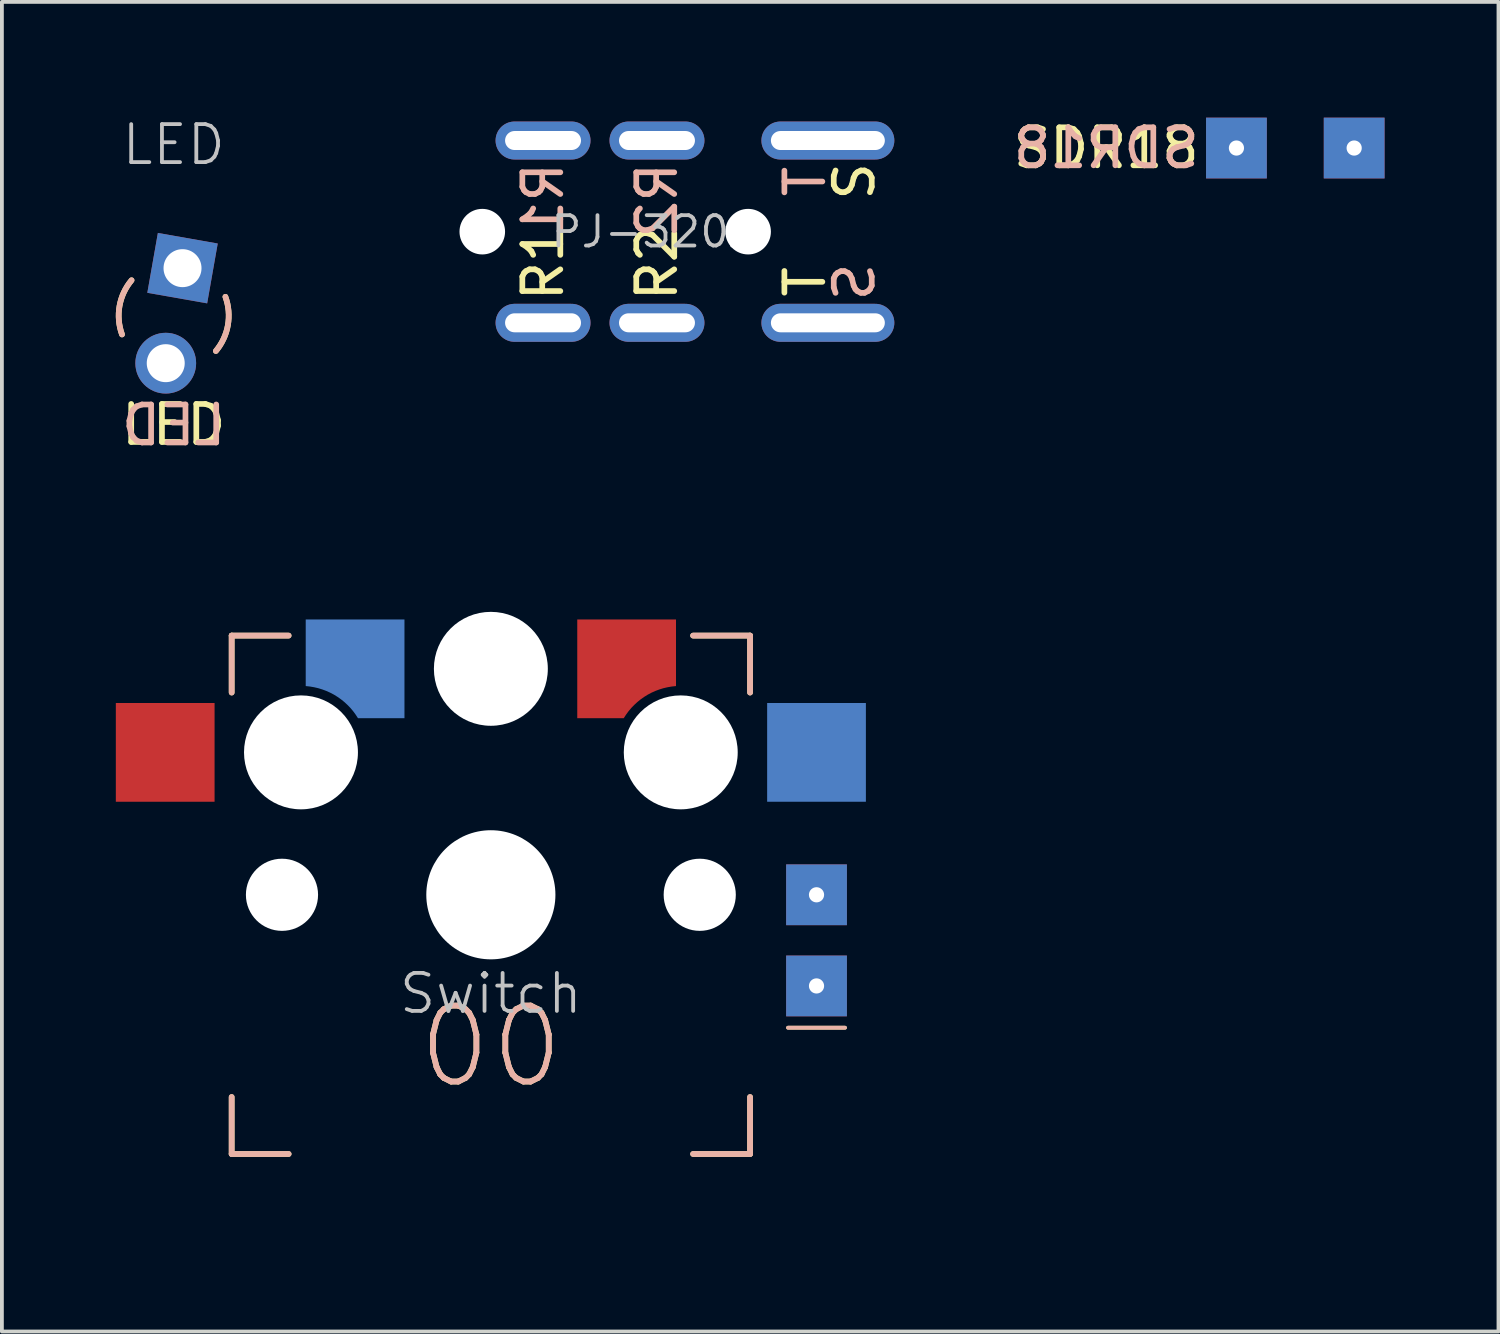
<source format=kicad_pcb>
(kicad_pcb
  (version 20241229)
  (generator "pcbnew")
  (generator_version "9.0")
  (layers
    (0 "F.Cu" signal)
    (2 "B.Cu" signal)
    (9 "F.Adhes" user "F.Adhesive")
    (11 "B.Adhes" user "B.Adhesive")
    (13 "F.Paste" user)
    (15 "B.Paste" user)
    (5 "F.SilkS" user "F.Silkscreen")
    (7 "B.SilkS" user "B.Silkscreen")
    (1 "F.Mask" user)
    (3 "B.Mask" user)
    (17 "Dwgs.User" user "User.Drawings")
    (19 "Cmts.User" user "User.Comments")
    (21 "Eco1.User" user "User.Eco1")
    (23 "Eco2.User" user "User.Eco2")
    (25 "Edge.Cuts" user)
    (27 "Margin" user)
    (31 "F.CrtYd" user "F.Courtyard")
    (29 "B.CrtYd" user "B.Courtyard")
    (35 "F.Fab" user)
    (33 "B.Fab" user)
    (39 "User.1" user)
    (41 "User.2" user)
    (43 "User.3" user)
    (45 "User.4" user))
  (footprint "LED"
    (layer "F.Cu")
    (at 1.524 5.261)
    (property "Reference" "LED" (at 0 -4.5 0) (unlocked yes) (layer "Dwgs.User") (effects (font (size 1 1) (thickness 0.1))))
    (property "Value" "LED" (at 0 -3 0) (unlocked yes) (layer "Dwgs.User") (hide yes) (effects (font (size 1 1) (thickness 0.1))))
    (attr through_hole)
    (fp_arc (start -1.361614 0.495587) (mid -1.426986 -0.251616) (end -1.109998 -0.931399) (stroke (width 0.15) (type default)) (layer "F.SilkS"))
    (fp_arc (start 1.361615 -0.495587) (mid 1.426987 0.251616) (end 1.109999 0.931399) (stroke (width 0.15) (type default)) (layer "F.SilkS"))
    (fp_arc (start -1.361615 0.495587) (mid -1.426987 -0.251616) (end -1.109999 -0.931399) (stroke (width 0.15) (type default)) (layer "B.SilkS"))
    (fp_arc (start 1.361614 -0.495587) (mid 1.426986 0.251616) (end 1.109998 0.931399) (stroke (width 0.15) (type default)) (layer "B.SilkS"))
    (fp_circle (center 0 0) (end 1.501 0.265) (stroke (width 0.001) (type default)) (fill no) (layer "Dwgs.User"))
    (fp_text user "${VALUE}" (at 0 2.286 0) (unlocked yes) (layer "F.SilkS") (effects (font (size 1 1) (thickness 0.15)) (justify top)))
    (fp_text user "${VALUE}" (at 0 2.3 0) (unlocked yes) (layer "B.SilkS") (effects (font (size 1 1) (thickness 0.15)) (justify top mirror)))
    (pad "1" thru_hole rect (at 0.232 -1.25 260) (size 1.6 1.6) (drill 1) (layers "*.Cu" "*.Mask"))
    (pad "2" thru_hole circle (at -0.21 1.252 260) (size 1.6 1.6) (drill 1) (layers "*.Cu" "*.Mask")))
  (footprint "PJ-320A"
    (layer "F.Cu")
    (at 14.149 3.05)
    (property "Reference" "PJ-320A" (at 0 0 0) (unlocked yes) (layer "Dwgs.User") (effects (font (size 0.8 0.8) (thickness 0.1))))
    (attr through_hole)
    (fp_rect (start -8.1 -3.05) (end 6.1 3.05) (stroke (width 0.001) (type default)) (fill no) (layer "B.Fab"))
    (fp_rect (start 6.1 -3.05) (end -8.1 3.05) (stroke (width 0.001) (type default)) (fill no) (layer "F.Fab"))
    (fp_text user "R1" (at -2.9 1.9 90) (unlocked yes) (layer "F.SilkS") (effects (font (size 1 1) (thickness 0.15) (bold yes)) (justify left)))
    (fp_text user "S" (at 5.3 -1.9 90) (unlocked yes) (layer "F.SilkS") (effects (font (size 1 1) (thickness 0.15)) (justify right)))
    (fp_text user "R2" (at 0.1 1.9 90) (unlocked yes) (layer "F.SilkS") (effects (font (size 1 1) (thickness 0.15)) (justify left)))
    (fp_text user "T" (at 4 1.8 90) (unlocked yes) (layer "F.SilkS") (effects (font (size 1 1) (thickness 0.15)) (justify left)))
    (fp_text user "T" (at 4 -1.8 90) (unlocked yes) (layer "B.SilkS") (effects (font (size 1 1) (thickness 0.15)) (justify left mirror)))
    (fp_text user "R1" (at -2.9 -1.9 90) (unlocked yes) (layer "B.SilkS") (effects (font (size 1 1) (thickness 0.15) (bold yes)) (justify left mirror)))
    (fp_text user "R2" (at 0.1 -1.9 90) (unlocked yes) (layer "B.SilkS") (effects (font (size 1 1) (thickness 0.15) (bold yes)) (justify left mirror)))
    (fp_text user "S" (at 5.3 1.9 90) (unlocked yes) (layer "B.SilkS") (effects (font (size 1 1) (thickness 0.15)) (justify right mirror)))
    (pad "" np_thru_hole circle (at -4.5 0) (size 1.2 1.2) (drill 1.2) (layers "*.Cu" "*.Mask"))
    (pad "" np_thru_hole circle (at 2.5 0) (size 1.2 1.2) (drill 1.2) (layers "*.Cu" "*.Mask"))
    (pad "1" thru_hole oval (at -2.9 2.4) (size 2.5 1) (drill oval 2 0.5) (layers "*.Cu" "*.Mask"))
    (pad "2" thru_hole oval (at 0.1 2.4) (size 2.5 1) (drill oval 2 0.5) (layers "*.Cu" "*.Mask"))
    (pad "3" thru_hole oval (at 4.6 2.4) (size 3.5 1) (drill oval 3 0.5) (layers "*.Cu" "*.Mask"))
    (pad "4" thru_hole oval (at 4.6 -2.4) (size 3.5 1) (drill oval 3 0.5) (layers "*.Cu" "*.Mask"))
    (pad "5" thru_hole oval (at 0.1 -2.4) (size 2.5 1) (drill oval 2 0.5) (layers "*.Cu" "*.Mask"))
    (pad "6" thru_hole oval (at -2.9 -2.4) (size 2.5 1) (drill oval 2 0.5) (layers "*.Cu" "*.Mask")))
  (footprint "Switch"
    (layer "F.Cu")
    (at 9.875 20.511)
    (property "Reference" "Switch" (at 0 2.6 0) (unlocked yes) (layer "Dwgs.User") (effects (font (size 1 1) (thickness 0.1))))
    (attr through_hole)
    (fp_line (start -6.825 -6.825) (end -6.825 -5.325) (stroke (width 0.15) (type default)) (layer "F.SilkS"))
    (fp_line (start -6.825 -6.825) (end -5.325 -6.825) (stroke (width 0.15) (type default)) (layer "F.SilkS"))
    (fp_line (start -6.825 6.825) (end -6.825 5.325) (stroke (width 0.15) (type default)) (layer "F.SilkS"))
    (fp_line (start -6.825 6.825) (end -5.325 6.825) (stroke (width 0.15) (type default)) (layer "F.SilkS"))
    (fp_line (start 6.825 -6.825) (end 5.325 -6.825) (stroke (width 0.15) (type default)) (layer "F.SilkS"))
    (fp_line (start 6.825 -6.825) (end 6.825 -5.325) (stroke (width 0.15) (type default)) (layer "F.SilkS"))
    (fp_line (start 6.825 6.825) (end 5.325 6.825) (stroke (width 0.15) (type default)) (layer "F.SilkS"))
    (fp_line (start 6.825 6.825) (end 6.825 5.325) (stroke (width 0.15) (type default)) (layer "F.SilkS"))
    (fp_line (start 7.825 3.5) (end 9.325 3.5) (stroke (width 0.1) (type default)) (layer "F.SilkS"))
    (fp_line (start -6.825 -6.825) (end -6.825 -5.325) (stroke (width 0.15) (type default)) (layer "B.SilkS"))
    (fp_line (start -6.825 -6.825) (end -5.325 -6.825) (stroke (width 0.15) (type default)) (layer "B.SilkS"))
    (fp_line (start -6.825 6.825) (end -6.825 5.325) (stroke (width 0.15) (type default)) (layer "B.SilkS"))
    (fp_line (start -6.825 6.825) (end -5.325 6.825) (stroke (width 0.15) (type default)) (layer "B.SilkS"))
    (fp_line (start 6.825 -6.825) (end 5.325 -6.825) (stroke (width 0.15) (type default)) (layer "B.SilkS"))
    (fp_line (start 6.825 -6.825) (end 6.825 -5.325) (stroke (width 0.15) (type default)) (layer "B.SilkS"))
    (fp_line (start 6.825 6.825) (end 5.325 6.825) (stroke (width 0.15) (type default)) (layer "B.SilkS"))
    (fp_line (start 6.825 6.825) (end 6.825 5.325) (stroke (width 0.15) (type default)) (layer "B.SilkS"))
    (fp_line (start 7.825 3.5) (end 9.325 3.5) (stroke (width 0.1) (type default)) (layer "B.SilkS"))
    (fp_rect (start -9 -8.5) (end 9 8.5) (stroke (width 0.001) (type default)) (fill no) (layer "Dwgs.User"))
    (fp_rect (start -6.9 -6.9) (end 6.9 6.9) (stroke (width 0.001) (type default)) (fill no) (layer "B.Fab"))
    (fp_rect (start 7.275 -8.275) (end -2.275 -1.425) (stroke (width 0.001) (type default)) (fill no) (layer "B.Fab"))
    (fp_rect (start -7.275 -8.275) (end 2.275 -1.425) (stroke (width 0.001) (type default)) (fill no) (layer "F.Fab"))
    (fp_rect (start -6.9 -6.9) (end 6.9 6.9) (stroke (width 0.001) (type default)) (fill no) (layer "F.Fab"))
    (fp_text user "00" (at 0 4 0) (unlocked yes) (layer "F.SilkS") (effects (font (size 2 2) (thickness 0.15))))
    (fp_text user "00" (at 0 4 0) (layer "B.SilkS") (effects (font (size 2 2) (thickness 0.15)) (justify mirror)))
    (pad "" np_thru_hole circle (at -5.5 0) (size 1.9 1.9) (drill 1.9) (layers "*.Cu" "*.Mask"))
    (pad "" np_thru_hole circle (at -5 -3.75) (size 3 3) (drill 3) (layers "*.Cu" "*.Mask"))
    (pad "" np_thru_hole circle (at 0 -5.95) (size 3 3) (drill 3) (layers "*.Cu" "*.Mask"))
    (pad "" np_thru_hole circle (at 0 0) (size 3.4 3.4) (drill 3.4) (layers "*.Cu" "*.Mask"))
    (pad "" np_thru_hole circle (at 5 -3.75) (size 3 3) (drill 3) (layers "*.Cu" "*.Mask"))
    (pad "" np_thru_hole circle (at 5.5 0) (size 1.9 1.9) (drill 1.9) (layers "*.Cu" "*.Mask"))
    (pad "1" smd rect (at -8.575 -3.75) (size 2.6 2.6) (layers "F.Cu" "F.Mask" "F.Paste"))
    (pad "2" smd custom (at -3.575 -6.375) (size 2.6 1.75) (layers "B.Cu" "B.Mask" "B.Paste") (options (anchor rect)) (primitives (gr_poly (pts (xy -1.3 -0.875) (xy 1.3 -0.875) (xy 1.3 1.725) (xy 0.076 1.725) (xy 0.015 1.631) (xy -0.051 1.541) (xy -0.123 1.455) (xy -0.201 1.375) (xy -0.283 1.299) (xy -0.37 1.229) (xy -0.462 1.164) (xy -0.557 1.105) (xy -0.656 1.053) (xy -0.758 1.007) (xy -0.863 0.968) (xy -0.97 0.935) (xy -1.078 0.91) (xy -1.189 0.891) (xy -1.3 0.879)) (width 0) (fill yes))))
    (pad "3" smd rect (at 8.575 -3.75) (size 2.6 2.6) (layers "B.Cu" "B.Mask" "B.Paste"))
    (pad "4" smd custom (at 3.575 -6.375) (size 2.6 1.75) (layers "F.Cu" "F.Mask" "F.Paste") (options (anchor rect)) (primitives (gr_poly (pts (xy 1.3 -0.875) (xy -1.3 -0.875) (xy -1.3 1.725) (xy -0.076 1.725) (xy -0.015 1.631) (xy 0.051 1.541) (xy 0.123 1.455) (xy 0.201 1.375) (xy 0.283 1.299) (xy 0.37 1.229) (xy 0.462 1.164) (xy 0.557 1.105) (xy 0.656 1.053) (xy 0.758 1.007) (xy 0.863 0.968) (xy 0.97 0.935) (xy 1.078 0.91) (xy 1.189 0.891) (xy 1.3 0.879)) (width 0) (fill yes))))
    (pad "5" thru_hole rect (at 8.575 2.4 270) (size 1.6 1.6) (drill 0.4) (layers "*.Cu" "*.Paste" "*.Mask"))
    (pad "6" thru_hole rect (at 8.575 0 270) (size 1.6 1.6) (drill 0.4) (layers "*.Cu" "*.Paste" "*.Mask")))
  (footprint "SDR18"
    (layer "F.Cu")
    (at 31.057 0.848)
    (property "Reference" "SDR18" (at -2.45 0 0) (unlocked yes) (layer "F.SilkS") (effects (font (size 1 1) (thickness 0.15)) (justify right)))
    (attr smd)
    (fp_rect (start -1.6 -0.8) (end 1.6 0.8) (stroke (width 0.0001) (type default)) (fill no) (layer "F.Fab"))
    (fp_text user "${REFERENCE}" (at -2.45 0 0) (layer "B.SilkS") (effects (font (size 1 1) (thickness 0.15)) (justify left mirror)))
    (pad "1" thru_hole rect (at -1.55 0) (size 1.6 1.6) (drill 0.4) (layers "*.Cu" "*.Paste" "*.Mask"))
    (pad "2" thru_hole rect (at 1.55 0) (size 1.6 1.6) (drill 0.4) (layers "*.Cu" "*.Paste" "*.Mask")))
  (gr_rect
    (start -3 -3)
    (end 36.407 32.011)
    (stroke (width 0.1) (type default))
    (fill no)
    (layer "Edge.Cuts")))
</source>
